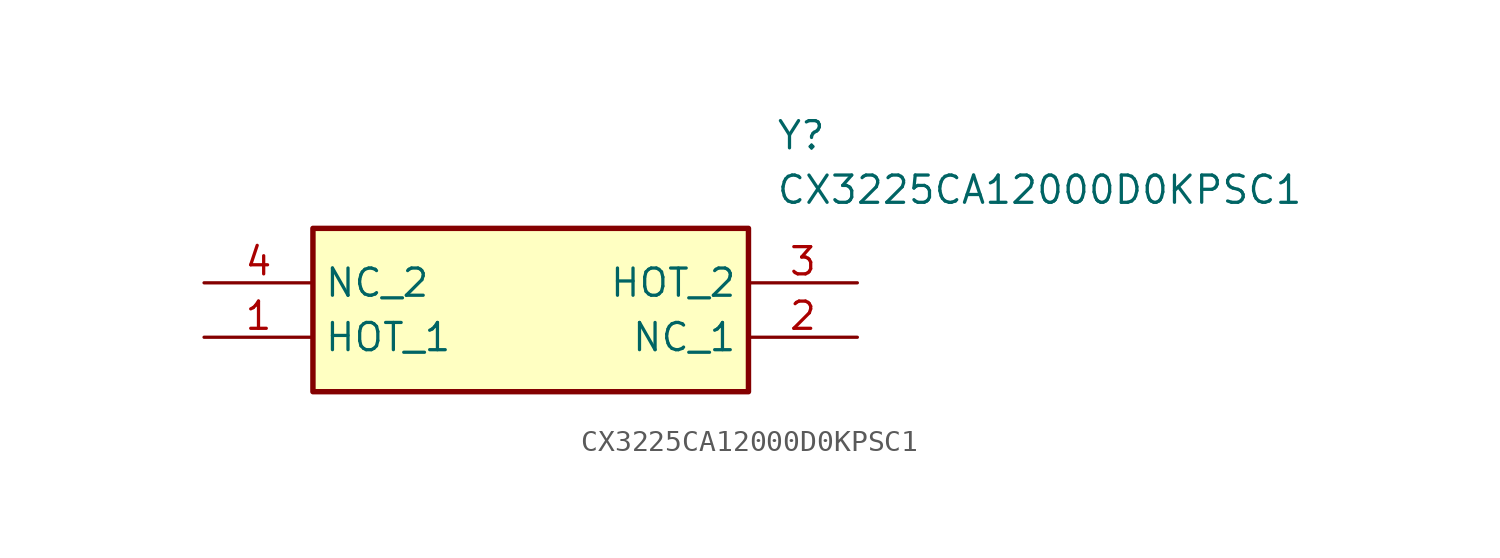
<source format=kicad_sym>
(kicad_symbol_lib
  (version 20211014)
  (generator SamacSys_ECAD_Model)
  (symbol "CX3225CA12000D0KPSC1"
    (property "Reference" "Y"
      (at 26.67 7.62 0)
      (effects (font (size 1.27 1.27)) (justify left top)))
    (property "Value" "CX3225CA12000D0KPSC1"
      (at 26.67 5.08 0)
      (effects (font (size 1.27 1.27)) (justify left top)))
    (rectangle
      (start 5.08 2.54)
      (end 25.4 -5.08)
      (stroke (width 0.254) (type default))
      (fill (type background)))
    (pin passive line
      (at 0 -2.54 0)
      (length 5.08)
      (name "HOT_1" (effects (font (size 1.27 1.27))))
      (number "1" (effects (font (size 1.27 1.27)))))
    (pin passive line
      (at 30.48 -2.54 180)
      (length 5.08)
      (name "NC_1" (effects (font (size 1.27 1.27))))
      (number "2" (effects (font (size 1.27 1.27)))))
    (pin passive line
      (at 30.48 0 180)
      (length 5.08)
      (name "HOT_2" (effects (font (size 1.27 1.27))))
      (number "3" (effects (font (size 1.27 1.27)))))
    (pin passive line
      (at 0 0 0)
      (length 5.08)
      (name "NC_2" (effects (font (size 1.27 1.27))))
      (number "4" (effects (font (size 1.27 1.27)))))))
</source>
